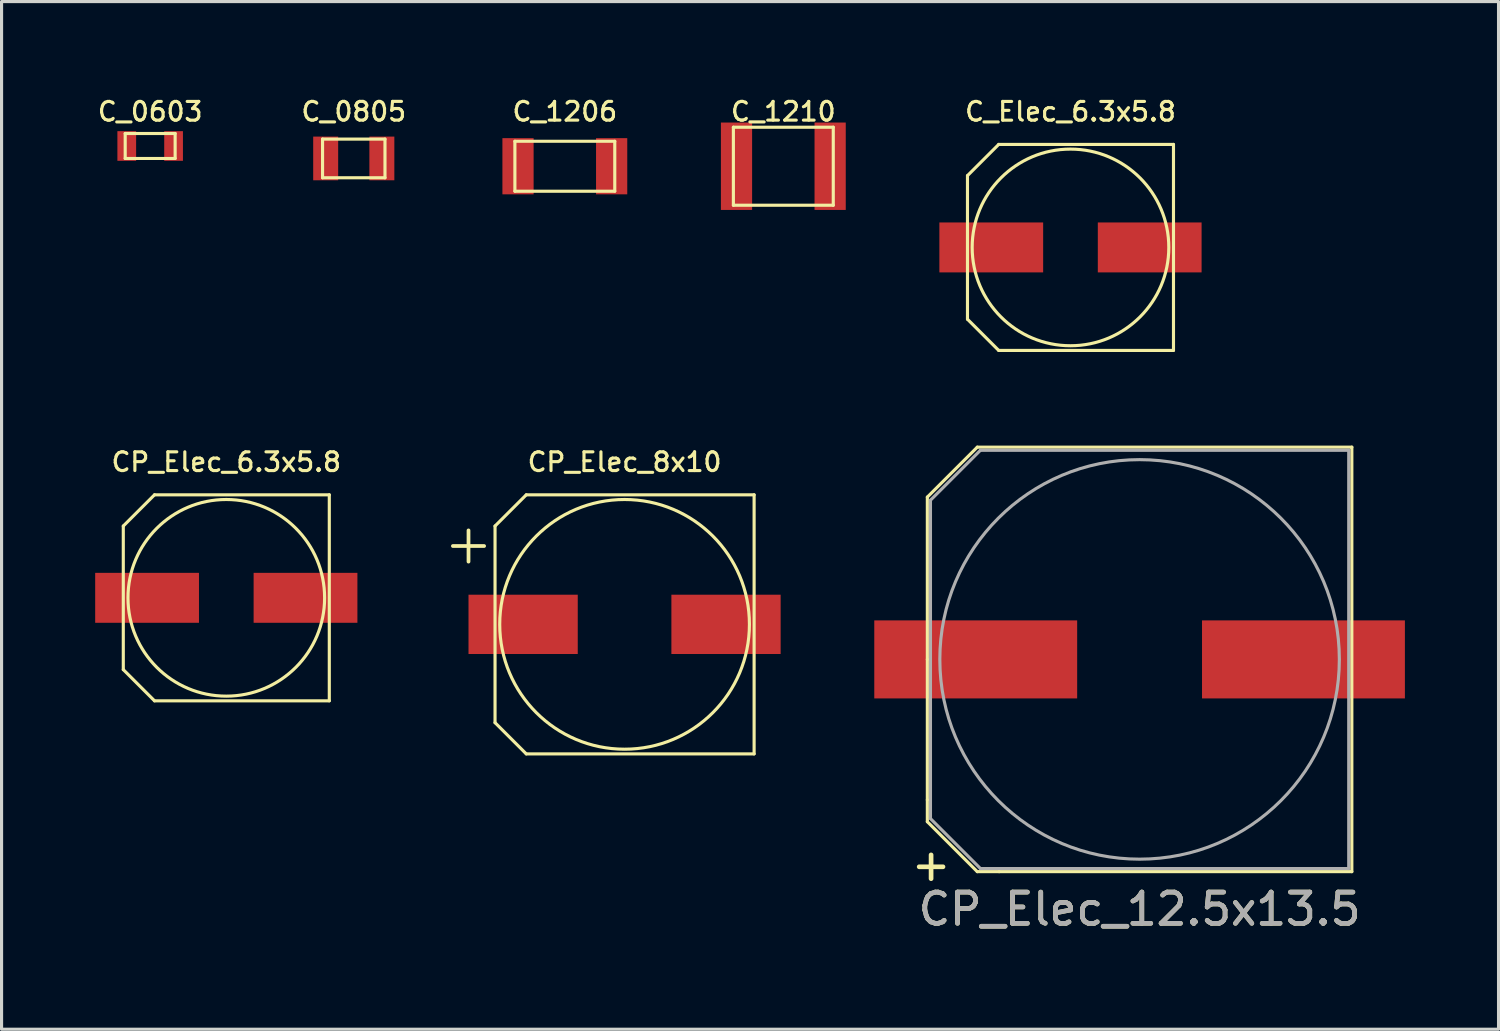
<source format=kicad_pcb>
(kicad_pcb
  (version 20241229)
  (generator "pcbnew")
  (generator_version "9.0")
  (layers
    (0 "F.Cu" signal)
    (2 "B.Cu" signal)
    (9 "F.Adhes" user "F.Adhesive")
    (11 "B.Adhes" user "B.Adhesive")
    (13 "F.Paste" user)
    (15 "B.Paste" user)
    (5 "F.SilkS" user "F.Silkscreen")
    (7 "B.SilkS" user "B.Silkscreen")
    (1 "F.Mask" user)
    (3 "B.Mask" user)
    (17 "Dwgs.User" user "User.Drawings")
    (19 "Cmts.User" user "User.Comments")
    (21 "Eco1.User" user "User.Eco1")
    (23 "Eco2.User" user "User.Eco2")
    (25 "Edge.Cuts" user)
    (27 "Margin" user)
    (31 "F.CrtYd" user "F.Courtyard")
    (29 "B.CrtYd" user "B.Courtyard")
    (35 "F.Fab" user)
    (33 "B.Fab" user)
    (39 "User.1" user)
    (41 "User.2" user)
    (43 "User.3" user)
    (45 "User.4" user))
  (footprint "C_1206"
    (layer "F.Cu")
    (at 15.046 2.276)
    (property "Reference" "C_1206" (at 0 -1.75 0) (layer "F.SilkS") (effects (font (size 0.6 0.6) (thickness 0.1))))
    (attr smd)
    (fp_line (start -1.6 -0.8) (end -1.6 0.8) (stroke (width 0.1) (type solid)) (layer "F.SilkS"))
    (fp_line (start -1.6 0.8) (end 1.6 0.8) (stroke (width 0.1) (type solid)) (layer "F.SilkS"))
    (fp_line (start 1.6 -0.8) (end -1.6 -0.8) (stroke (width 0.1) (type solid)) (layer "F.SilkS"))
    (fp_line (start 1.6 0.8) (end 1.6 -0.8) (stroke (width 0.1) (type solid)) (layer "F.SilkS"))
    (pad "1" smd rect (at -1.5 0) (size 1 1.8) (layers "F.Cu" "F.Mask" "F.Paste"))
    (pad "2" smd rect (at 1.5 0) (size 1 1.8) (layers "F.Cu" "F.Mask" "F.Paste")))
  (footprint "C_0603"
    (layer "F.Cu")
    (at 1.761 1.627)
    (property "Reference" "C_0603" (at 0 -1.1 0) (layer "F.SilkS") (effects (font (size 0.6 0.6) (thickness 0.1))))
    (attr smd)
    (fp_line (start -0.8 -0.4) (end -0.8 0.4) (stroke (width 0.1) (type solid)) (layer "F.SilkS"))
    (fp_line (start -0.8 0.4) (end 0.8 0.4) (stroke (width 0.1) (type solid)) (layer "F.SilkS"))
    (fp_line (start 0.8 -0.4) (end -0.8 -0.4) (stroke (width 0.1) (type solid)) (layer "F.SilkS"))
    (fp_line (start 0.8 0.4) (end 0.8 -0.4) (stroke (width 0.1) (type solid)) (layer "F.SilkS"))
    (pad "1" smd rect (at -0.75 0) (size 0.6 0.95) (layers "F.Cu" "F.Mask" "F.Paste"))
    (pad "2" smd rect (at 0.75 0) (size 0.6 0.95) (layers "F.Cu" "F.Mask" "F.Paste")))
  (footprint "CP_Elec_6.3x5.8"
    (layer "F.Cu")
    (at 4.2 16.103)
    (property "Reference" "CP_Elec_6.3x5.8" (at 0 -4.35 0) (layer "F.SilkS") (effects (font (size 0.6 0.6) (thickness 0.1) (bold yes))))
    (attr smd)
    (fp_line (start -3.3 -2.3) (end -3.3 2.3) (stroke (width 0.1) (type solid)) (layer "F.SilkS"))
    (fp_line (start -3.3 -2.3) (end -2.3 -3.3) (stroke (width 0.1) (type solid)) (layer "F.SilkS"))
    (fp_line (start -3.3 2.3) (end -2.3 3.3) (stroke (width 0.1) (type solid)) (layer "F.SilkS"))
    (fp_line (start -2.3 -3.3) (end 3.3 -3.3) (stroke (width 0.1) (type solid)) (layer "F.SilkS"))
    (fp_line (start -2.3 3.3) (end 3.3 3.3) (stroke (width 0.1) (type solid)) (layer "F.SilkS"))
    (fp_line (start 3.3 -3.3) (end 3.3 3.3) (stroke (width 0.1) (type solid)) (layer "F.SilkS"))
    (fp_circle (center 0 0) (end 3.15 0) (stroke (width 0.1) (type solid)) (fill no) (layer "F.SilkS"))
    (pad "1" smd rect (at -2.538 0) (size 3.325 1.6) (layers "F.Cu" "F.Mask" "F.Paste"))
    (pad "2" smd rect (at 2.538 0) (size 3.325 1.6) (layers "F.Cu" "F.Mask" "F.Paste")))
  (footprint "C_0805"
    (layer "F.Cu")
    (at 8.284 2.026)
    (property "Reference" "C_0805" (at 0 -1.5 0) (layer "F.SilkS") (effects (font (size 0.6 0.6) (thickness 0.1))))
    (attr smd)
    (fp_line (start -1 -0.62) (end 1 -0.62) (stroke (width 0.1) (type solid)) (layer "F.SilkS"))
    (fp_line (start -1 0.62) (end -1 -0.62) (stroke (width 0.1) (type solid)) (layer "F.SilkS"))
    (fp_line (start 1 -0.62) (end 1 0.62) (stroke (width 0.1) (type solid)) (layer "F.SilkS"))
    (fp_line (start 1 0.62) (end -1 0.62) (stroke (width 0.1) (type solid)) (layer "F.SilkS"))
    (pad "1" smd rect (at -0.9 0) (size 0.8 1.4) (layers "F.Cu" "F.Mask" "F.Paste"))
    (pad "2" smd rect (at 0.9 0) (size 0.8 1.4) (layers "F.Cu" "F.Mask" "F.Paste")))
  (footprint "CP_Elec_8x10"
    (layer "F.Cu")
    (at 16.96 16.953)
    (property "Reference" "CP_Elec_8x10" (at 0 -5.2 0) (layer "F.SilkS") (effects (font (size 0.6 0.6) (thickness 0.1) (bold yes))))
    (attr smd)
    (fp_line (start -5.5 -2.51) (end -4.5 -2.51) (stroke (width 0.12) (type solid)) (layer "F.SilkS"))
    (fp_line (start -5 -3.01) (end -5 -2.01) (stroke (width 0.12) (type solid)) (layer "F.SilkS"))
    (fp_line (start -4.15 -3.15) (end -4.15 3.15) (stroke (width 0.1) (type solid)) (layer "F.SilkS"))
    (fp_line (start -4.15 -3.15) (end -3.15 -4.15) (stroke (width 0.1) (type solid)) (layer "F.SilkS"))
    (fp_line (start -4.15 3.15) (end -3.15 4.15) (stroke (width 0.1) (type solid)) (layer "F.SilkS"))
    (fp_line (start -3.15 -4.15) (end 4.15 -4.15) (stroke (width 0.1) (type solid)) (layer "F.SilkS"))
    (fp_line (start -3.15 4.15) (end 4.15 4.15) (stroke (width 0.1) (type solid)) (layer "F.SilkS"))
    (fp_line (start 4.15 -4.15) (end 4.15 4.15) (stroke (width 0.1) (type solid)) (layer "F.SilkS"))
    (fp_circle (center 0 0) (end 4 0) (stroke (width 0.1) (type solid)) (fill no) (layer "F.SilkS"))
    (pad "1" smd rect (at -3.25 0) (size 3.5 1.9) (layers "F.Cu" "F.Mask" "F.Paste"))
    (pad "2" smd rect (at 3.25 0) (size 3.5 1.9) (layers "F.Cu" "F.Mask" "F.Paste")))
  (footprint "C_1210"
    (layer "F.Cu")
    (at 22.046 2.276)
    (property "Reference" "C_1210" (at 0 -1.75 0) (layer "F.SilkS") (effects (font (size 0.6 0.6) (thickness 0.1))))
    (attr smd)
    (fp_line (start -1.6 -1.25) (end -1.6 1.25) (stroke (width 0.1) (type solid)) (layer "F.SilkS"))
    (fp_line (start -1.6 1.25) (end 1.6 1.25) (stroke (width 0.1) (type solid)) (layer "F.SilkS"))
    (fp_line (start 1.6 -1.25) (end -1.6 -1.25) (stroke (width 0.1) (type solid)) (layer "F.SilkS"))
    (fp_line (start 1.6 1.25) (end 1.6 -1.25) (stroke (width 0.1) (type solid)) (layer "F.SilkS"))
    (pad "1" smd rect (at -1.5 0) (size 1 2.8) (layers "F.Cu" "F.Mask" "F.Paste"))
    (pad "2" smd rect (at 1.5 0) (size 1 2.8) (layers "F.Cu" "F.Mask" "F.Paste")))
  (footprint "CP_Elec_12.5x13.5"
    (layer "F.Cu")
    (at 33.46 18.076)
    (property "Reference" "CP_Elec_12.5x13.5" (at 0 8 0) (layer "F.SilkS") (effects (font (size 1 1) (thickness 0.15))))
    (attr smd)
    (fp_line (start -6.8 -5.2) (end -5.2 -6.8) (stroke (width 0.1) (type solid)) (layer "F.SilkS"))
    (fp_line (start -6.8 0) (end -6.8 -5.2) (stroke (width 0.1) (type solid)) (layer "F.SilkS"))
    (fp_line (start -6.8 4.5) (end -6.8 0) (stroke (width 0.1) (type solid)) (layer "F.SilkS"))
    (fp_line (start -6.8 5.2) (end -6.8 4.5) (stroke (width 0.1) (type solid)) (layer "F.SilkS"))
    (fp_line (start -5.2 -6.8) (end 6.8 -6.8) (stroke (width 0.1) (type solid)) (layer "F.SilkS"))
    (fp_line (start -5.2 6.8) (end -6.8 5.2) (stroke (width 0.1) (type solid)) (layer "F.SilkS"))
    (fp_line (start -4.5 6.8) (end -5.2 6.8) (stroke (width 0.1) (type solid)) (layer "F.SilkS"))
    (fp_line (start 6.8 -6.8) (end 6.8 6.8) (stroke (width 0.1) (type solid)) (layer "F.SilkS"))
    (fp_line (start 6.8 6.8) (end -4.5 6.8) (stroke (width 0.1) (type solid)) (layer "F.SilkS"))
    (fp_line (start -6.7 -5.1) (end -5.1 -6.7) (stroke (width 0.1) (type solid)) (layer "F.Fab"))
    (fp_line (start -6.7 5.1) (end -6.7 -5.1) (stroke (width 0.1) (type solid)) (layer "F.Fab"))
    (fp_line (start -5.1 -6.7) (end 6.7 -6.7) (stroke (width 0.1) (type solid)) (layer "F.Fab"))
    (fp_line (start -5.1 6.7) (end -6.7 5.1) (stroke (width 0.1) (type solid)) (layer "F.Fab"))
    (fp_line (start 6.7 -6.7) (end 6.7 6.7) (stroke (width 0.1) (type solid)) (layer "F.Fab"))
    (fp_line (start 6.7 6.7) (end -5.1 6.7) (stroke (width 0.1) (type solid)) (layer "F.Fab"))
    (fp_circle (center 0 0) (end 6.4 0) (stroke (width 0.1) (type solid)) (fill no) (layer "F.Fab"))
    (fp_text user "+" (at -6.68 6.57 0) (layer "F.SilkS") (effects (font (size 1 1) (thickness 0.15))))
    (fp_text user "${REFERENCE}" (at 0 8 0) (layer "F.Fab") (effects (font (size 1 1) (thickness 0.15))))
    (pad "1" smd rect (at -5.25 0 180) (size 6.5 2.5) (layers "F.Cu" "F.Mask" "F.Paste"))
    (pad "2" smd rect (at 5.25 0 180) (size 6.5 2.5) (layers "F.Cu" "F.Mask" "F.Paste")))
  (footprint "C_Elec_6.3x5.8"
    (layer "F.Cu")
    (at 31.246 4.877)
    (property "Reference" "C_Elec_6.3x5.8" (at 0 -4.35 0) (layer "F.SilkS") (effects (font (size 0.6 0.6) (thickness 0.1) (bold yes))))
    (attr smd)
    (fp_line (start -3.3 -2.3) (end -3.3 2.3) (stroke (width 0.1) (type solid)) (layer "F.SilkS"))
    (fp_line (start -3.3 -2.3) (end -2.3 -3.3) (stroke (width 0.1) (type solid)) (layer "F.SilkS"))
    (fp_line (start -3.3 2.3) (end -2.3 3.3) (stroke (width 0.1) (type solid)) (layer "F.SilkS"))
    (fp_line (start -2.3 -3.3) (end 3.3 -3.3) (stroke (width 0.1) (type solid)) (layer "F.SilkS"))
    (fp_line (start -2.3 3.3) (end 3.3 3.3) (stroke (width 0.1) (type solid)) (layer "F.SilkS"))
    (fp_line (start 3.3 -3.3) (end 3.3 3.3) (stroke (width 0.1) (type solid)) (layer "F.SilkS"))
    (fp_circle (center 0 0) (end 3.15 0) (stroke (width 0.1) (type solid)) (fill no) (layer "F.SilkS"))
    (pad "1" smd rect (at -2.538 0) (size 3.325 1.6) (layers "F.Cu" "F.Mask" "F.Paste"))
    (pad "2" smd rect (at 2.538 0) (size 3.325 1.6) (layers "F.Cu" "F.Mask" "F.Paste")))
  (gr_rect
    (start -3 -3)
    (end 44.96 29.925)
    (stroke (width 0.1) (type default))
    (fill no)
    (layer "Edge.Cuts")))
</source>
